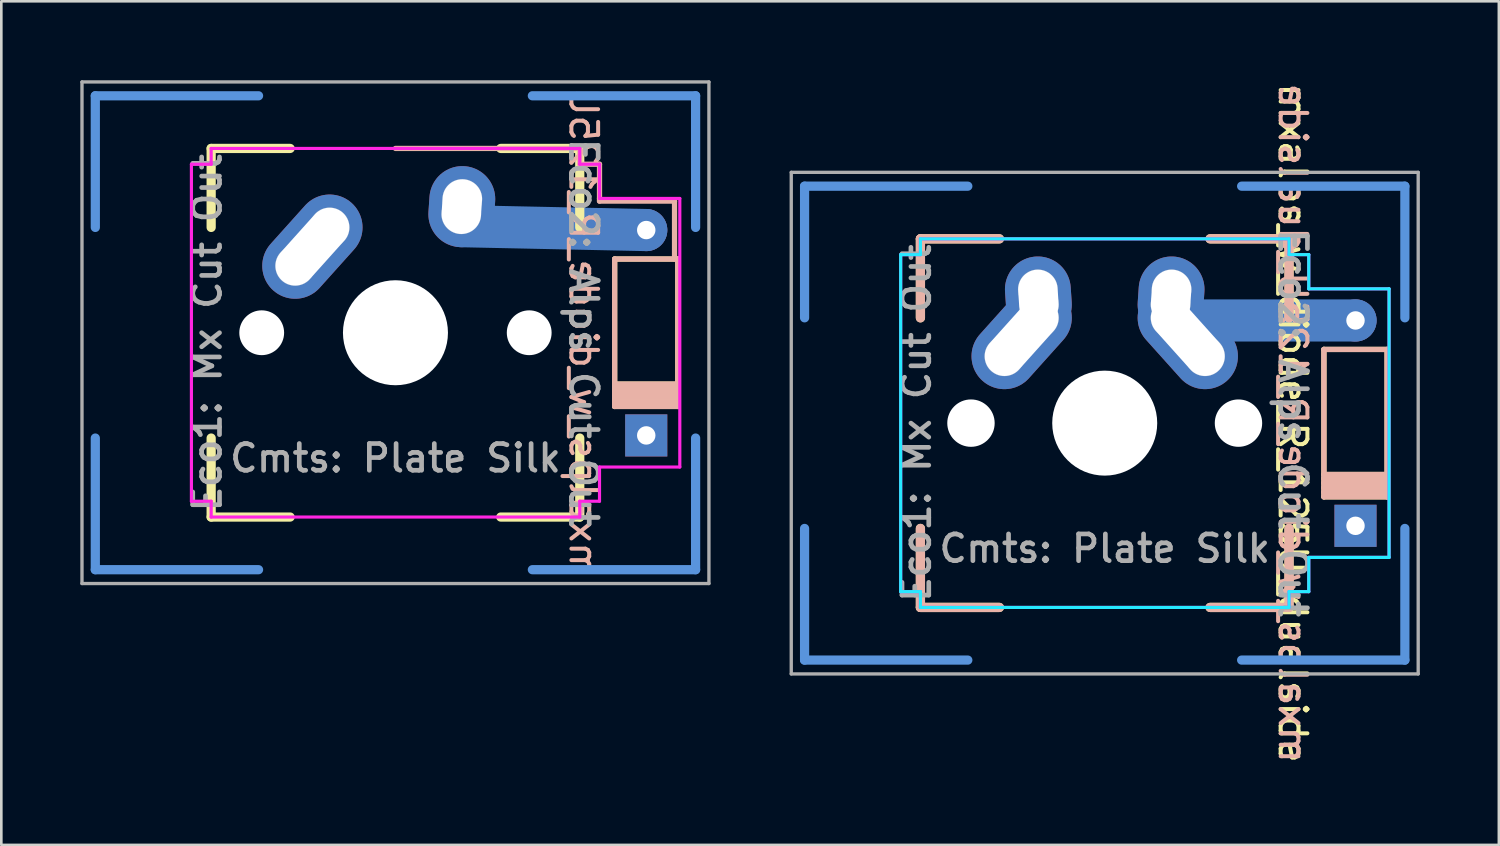
<source format=kicad_pcb>
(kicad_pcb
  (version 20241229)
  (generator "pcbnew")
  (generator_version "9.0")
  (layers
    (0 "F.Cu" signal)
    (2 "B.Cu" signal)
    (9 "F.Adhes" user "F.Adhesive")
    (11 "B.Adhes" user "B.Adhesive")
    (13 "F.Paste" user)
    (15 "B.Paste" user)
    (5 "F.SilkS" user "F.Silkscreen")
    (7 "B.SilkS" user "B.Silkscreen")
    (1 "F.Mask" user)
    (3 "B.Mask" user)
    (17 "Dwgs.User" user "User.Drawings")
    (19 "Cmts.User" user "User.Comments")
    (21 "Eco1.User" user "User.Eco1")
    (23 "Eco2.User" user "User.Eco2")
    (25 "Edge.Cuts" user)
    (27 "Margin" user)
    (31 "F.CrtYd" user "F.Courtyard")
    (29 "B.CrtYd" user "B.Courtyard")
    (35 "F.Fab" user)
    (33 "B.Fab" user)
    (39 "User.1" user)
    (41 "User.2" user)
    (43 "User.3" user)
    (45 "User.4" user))
  (footprint "mxalps_w_diode_R_125U_dualside"
    (layer "F.Cu")
    (at 38.909 13.021)
    (property "Reference" "mxalps_w_diode_R_125U_dualside" (at 7.144 0 270) (unlocked yes) (layer "F.SilkS") (effects (font (size 1.016 1.016) (thickness 0.152))))
    (attr through_hole)
    (fp_line (start -7 -7) (end -7 -4) (stroke (width 0.35) (type solid)) (layer "F.SilkS"))
    (fp_line (start -7 -7) (end -4 -7) (stroke (width 0.35) (type solid)) (layer "F.SilkS"))
    (fp_line (start -7 7) (end -7 4) (stroke (width 0.35) (type solid)) (layer "F.SilkS"))
    (fp_line (start -7 7) (end -4 7) (stroke (width 0.35) (type solid)) (layer "F.SilkS"))
    (fp_line (start 7 -7) (end 4 -7) (stroke (width 0.35) (type solid)) (layer "F.SilkS"))
    (fp_line (start 7 -7) (end 7 -4) (stroke (width 0.35) (type solid)) (layer "F.SilkS"))
    (fp_line (start 7 7) (end 4 7) (stroke (width 0.35) (type solid)) (layer "F.SilkS"))
    (fp_line (start 7 7) (end 7 4) (stroke (width 0.35) (type solid)) (layer "F.SilkS"))
    (fp_line (start 8.325 -2.8) (end 10.725 -2.8) (stroke (width 0.2) (type solid)) (layer "F.SilkS"))
    (fp_line (start 8.325 1.95) (end 10.725 1.95) (stroke (width 0.2) (type solid)) (layer "F.SilkS"))
    (fp_line (start 8.325 2.1) (end 10.725 2.1) (stroke (width 0.2) (type solid)) (layer "F.SilkS"))
    (fp_line (start 8.325 2.275) (end 10.725 2.275) (stroke (width 0.2) (type solid)) (layer "F.SilkS"))
    (fp_line (start 8.325 2.45) (end 10.725 2.45) (stroke (width 0.2) (type solid)) (layer "F.SilkS"))
    (fp_line (start 8.325 2.625) (end 10.725 2.625) (stroke (width 0.2) (type solid)) (layer "F.SilkS"))
    (fp_line (start 8.325 2.8) (end 8.325 -2.8) (stroke (width 0.2) (type solid)) (layer "F.SilkS"))
    (fp_line (start 8.325 2.8) (end 10.725 2.8) (stroke (width 0.2) (type solid)) (layer "F.SilkS"))
    (fp_line (start 10.725 -2.8) (end 10.725 2.8) (stroke (width 0.2) (type solid)) (layer "F.SilkS"))
    (fp_line (start -7 -7) (end -7 -4) (stroke (width 0.35) (type solid)) (layer "B.SilkS"))
    (fp_line (start -7 -7) (end -4 -7) (stroke (width 0.35) (type solid)) (layer "B.SilkS"))
    (fp_line (start -7 7) (end -7 4) (stroke (width 0.35) (type solid)) (layer "B.SilkS"))
    (fp_line (start -7 7) (end -4 7) (stroke (width 0.35) (type solid)) (layer "B.SilkS"))
    (fp_line (start 7 -7) (end 4 -7) (stroke (width 0.35) (type solid)) (layer "B.SilkS"))
    (fp_line (start 7 -7) (end 7 -4) (stroke (width 0.35) (type solid)) (layer "B.SilkS"))
    (fp_line (start 7 7) (end 4 7) (stroke (width 0.35) (type solid)) (layer "B.SilkS"))
    (fp_line (start 7 7) (end 7 4) (stroke (width 0.35) (type solid)) (layer "B.SilkS"))
    (fp_line (start 8.325 -2.8) (end 8.325 2.8) (stroke (width 0.2) (type solid)) (layer "B.SilkS"))
    (fp_line (start 10.725 -2.8) (end 8.325 -2.8) (stroke (width 0.2) (type solid)) (layer "B.SilkS"))
    (fp_line (start 10.725 1.95) (end 8.325 1.95) (stroke (width 0.2) (type solid)) (layer "B.SilkS"))
    (fp_line (start 10.725 2.1) (end 8.325 2.1) (stroke (width 0.2) (type solid)) (layer "B.SilkS"))
    (fp_line (start 10.725 2.275) (end 8.325 2.275) (stroke (width 0.2) (type solid)) (layer "B.SilkS"))
    (fp_line (start 10.725 2.45) (end 8.325 2.45) (stroke (width 0.2) (type solid)) (layer "B.SilkS"))
    (fp_line (start 10.725 2.625) (end 8.325 2.625) (stroke (width 0.2) (type solid)) (layer "B.SilkS"))
    (fp_line (start 10.725 2.8) (end 8.325 2.8) (stroke (width 0.2) (type solid)) (layer "B.SilkS"))
    (fp_line (start 10.725 2.8) (end 10.725 -2.8) (stroke (width 0.2) (type solid)) (layer "B.SilkS"))
    (fp_circle (center -3.81 -2.54) (end -3.06 -2.54) (stroke (width 0.01) (type solid)) (fill no) (layer "Dwgs.User"))
    (fp_circle (center -2.54 -5.08) (end -3.29 -5.08) (stroke (width 0.01) (type solid)) (fill no) (layer "Dwgs.User"))
    (fp_circle (center -2.5 -4.5) (end -3.25 -4.5) (stroke (width 0.01) (type solid)) (fill no) (layer "Dwgs.User"))
    (fp_circle (center -2.5 -4) (end -1.75 -4) (stroke (width 0.01) (type solid)) (fill no) (layer "Dwgs.User"))
    (fp_circle (center 2.5 -4.5) (end 3.25 -4.5) (stroke (width 0.01) (type solid)) (fill no) (layer "Dwgs.User"))
    (fp_circle (center 2.5 -4) (end 1.75 -4) (stroke (width 0.01) (type solid)) (fill no) (layer "Dwgs.User"))
    (fp_circle (center 2.54 -5.08) (end 3.29 -5.08) (stroke (width 0.01) (type solid)) (fill no) (layer "Dwgs.User"))
    (fp_circle (center 3.81 -2.54) (end 3.06 -2.54) (stroke (width 0.01) (type solid)) (fill no) (layer "Dwgs.User"))
    (fp_line (start -11.4 -9) (end -11.4 -4) (stroke (width 0.35) (type solid)) (layer "Cmts.User"))
    (fp_line (start -11.4 -9) (end -5.2 -9) (stroke (width 0.35) (type solid)) (layer "Cmts.User"))
    (fp_line (start -11.4 9) (end -11.4 4) (stroke (width 0.35) (type solid)) (layer "Cmts.User"))
    (fp_line (start -11.4 9) (end -5.2 9) (stroke (width 0.35) (type solid)) (layer "Cmts.User"))
    (fp_line (start 11.4 -9) (end 5.2 -9) (stroke (width 0.35) (type solid)) (layer "Cmts.User"))
    (fp_line (start 11.4 -4) (end 11.4 -9) (stroke (width 0.35) (type solid)) (layer "Cmts.User"))
    (fp_line (start 11.4 9) (end 5.2 9) (stroke (width 0.35) (type solid)) (layer "Cmts.User"))
    (fp_line (start 11.4 9) (end 11.4 4) (stroke (width 0.35) (type solid)) (layer "Cmts.User"))
    (fp_line (start -7 -7) (end -7 7) (stroke (width 0.1) (type solid)) (layer "Eco1.User"))
    (fp_line (start -7 7) (end 7 7) (stroke (width 0.1) (type solid)) (layer "Eco1.User"))
    (fp_line (start 7 -7) (end -7 -7) (stroke (width 0.1) (type solid)) (layer "Eco1.User"))
    (fp_line (start 7 7) (end 7 -7) (stroke (width 0.1) (type solid)) (layer "Eco1.User"))
    (fp_line (start -7.8 -6.4) (end -7.8 6.4) (stroke (width 0.1) (type solid)) (layer "Eco2.User"))
    (fp_line (start -7.8 6.4) (end 7.8 6.4) (stroke (width 0.1) (type solid)) (layer "Eco2.User"))
    (fp_line (start 7.8 -6.4) (end -7.8 -6.4) (stroke (width 0.1) (type solid)) (layer "Eco2.User"))
    (fp_line (start 7.8 6.4) (end 7.8 -6.4) (stroke (width 0.1) (type solid)) (layer "Eco2.User"))
    (fp_line (start -7.75 -6.4) (end -7 -6.4) (stroke (width 0.12) (type solid)) (layer "B.CrtYd"))
    (fp_line (start -7.75 6.4) (end -7.75 -6.4) (stroke (width 0.12) (type solid)) (layer "B.CrtYd"))
    (fp_line (start -7 -7) (end 7 -7) (stroke (width 0.12) (type solid)) (layer "B.CrtYd"))
    (fp_line (start -7 -6.4) (end -7 -7) (stroke (width 0.12) (type solid)) (layer "B.CrtYd"))
    (fp_line (start -7 6.4) (end -7.75 6.4) (stroke (width 0.12) (type solid)) (layer "B.CrtYd"))
    (fp_line (start -7 7) (end -7 6.4) (stroke (width 0.12) (type solid)) (layer "B.CrtYd"))
    (fp_line (start 7 -7) (end 7 -6.4) (stroke (width 0.12) (type solid)) (layer "B.CrtYd"))
    (fp_line (start 7 -6.4) (end 7.75 -6.4) (stroke (width 0.12) (type solid)) (layer "B.CrtYd"))
    (fp_line (start 7 6.4) (end 7 7) (stroke (width 0.12) (type solid)) (layer "B.CrtYd"))
    (fp_line (start 7 7) (end -7 7) (stroke (width 0.12) (type solid)) (layer "B.CrtYd"))
    (fp_line (start 7.75 -6.4) (end 7.75 -5.1) (stroke (width 0.12) (type solid)) (layer "B.CrtYd"))
    (fp_line (start 7.75 -5.1) (end 10.8 -5.1) (stroke (width 0.12) (type solid)) (layer "B.CrtYd"))
    (fp_line (start 7.75 5.1) (end 10.8 5.1) (stroke (width 0.12) (type solid)) (layer "B.CrtYd"))
    (fp_line (start 7.75 6.4) (end 7 6.4) (stroke (width 0.12) (type solid)) (layer "B.CrtYd"))
    (fp_line (start 7.75 6.4) (end 7.75 5.1) (stroke (width 0.12) (type solid)) (layer "B.CrtYd"))
    (fp_line (start 10.8 5.1) (end 10.8 -5.1) (stroke (width 0.12) (type solid)) (layer "B.CrtYd"))
    (fp_line (start -7.75 -6.4) (end -7.75 6.4) (stroke (width 0.12) (type solid)) (layer "F.CrtYd"))
    (fp_line (start -7.75 6.4) (end -7 6.4) (stroke (width 0.12) (type solid)) (layer "F.CrtYd"))
    (fp_line (start -7 -7) (end -7 -6.4) (stroke (width 0.12) (type solid)) (layer "F.CrtYd"))
    (fp_line (start -7 -6.4) (end -7.75 -6.4) (stroke (width 0.12) (type solid)) (layer "F.CrtYd"))
    (fp_line (start -7 6.4) (end -7 7) (stroke (width 0.12) (type solid)) (layer "F.CrtYd"))
    (fp_line (start -7 7) (end 7 7) (stroke (width 0.12) (type solid)) (layer "F.CrtYd"))
    (fp_line (start 7 -7) (end -7 -7) (stroke (width 0.12) (type solid)) (layer "F.CrtYd"))
    (fp_line (start 7 -6.4) (end 7 -7) (stroke (width 0.12) (type solid)) (layer "F.CrtYd"))
    (fp_line (start 7 6.4) (end 7.75 6.4) (stroke (width 0.12) (type solid)) (layer "F.CrtYd"))
    (fp_line (start 7 7) (end 7 6.4) (stroke (width 0.12) (type solid)) (layer "F.CrtYd"))
    (fp_line (start 7.75 -6.4) (end 7 -6.4) (stroke (width 0.12) (type solid)) (layer "F.CrtYd"))
    (fp_line (start 7.75 -6.4) (end 7.75 -5.1) (stroke (width 0.12) (type solid)) (layer "F.CrtYd"))
    (fp_line (start 7.75 -5.1) (end 10.8 -5.1) (stroke (width 0.12) (type solid)) (layer "F.CrtYd"))
    (fp_line (start 7.75 5.1) (end 10.8 5.1) (stroke (width 0.12) (type solid)) (layer "F.CrtYd"))
    (fp_line (start 7.75 6.4) (end 7.75 5.1) (stroke (width 0.12) (type solid)) (layer "F.CrtYd"))
    (fp_line (start 10.8 -5.1) (end 10.8 5.1) (stroke (width 0.12) (type solid)) (layer "F.CrtYd"))
    (fp_line (start -11.906 -9.525) (end -11.906 9.525) (stroke (width 0.127) (type solid)) (layer "F.Fab"))
    (fp_line (start -11.906 9.525) (end 11.906 9.525) (stroke (width 0.127) (type solid)) (layer "F.Fab"))
    (fp_line (start 11.906 -9.525) (end -11.906 -9.525) (stroke (width 0.127) (type solid)) (layer "F.Fab"))
    (fp_line (start 11.906 -9.525) (end 11.906 9.525) (stroke (width 0.127) (type solid)) (layer "F.Fab"))
    (fp_text user "${REFERENCE}" (at 7.144 0 270) (unlocked yes) (layer "B.SilkS") (effects (font (size 1.016 1.016) (thickness 0.152)) (justify mirror)))
    (fp_text user "Eco1: Mx Cut Out" (at -7.144 0 90) (unlocked yes) (layer "F.Fab") (effects (font (size 1.016 1.016) (thickness 0.178))))
    (fp_text user "Cmts: Plate Silk" (at 0 4.763 0) (unlocked yes) (layer "F.Fab") (effects (font (size 1.016 1.016) (thickness 0.178))))
    (fp_text user "Eco2: Alps Cut Out" (at 7.144 0 270) (unlocked yes) (layer "F.Fab") (effects (font (size 1.016 1.016) (thickness 0.178))))
    (pad "" np_thru_hole circle (at -5.08 0) (size 1.8 1.8) (drill 1.8) (layers "*.Cu" "*.Mask"))
    (pad "" np_thru_hole circle (at 0 0) (size 3.988 3.988) (drill 3.988) (layers "*.Cu" "*.Mask"))
    (pad "" thru_hole oval (at 2.52 -4.79 356.1) (size 2.5 3.08) (drill oval 1.5 2.08) (layers "*.Cu" "*.Mask"))
    (pad "" thru_hole oval (at 3.155 -3.27 41.9) (size 2.5 4.46) (drill oval 1.5 3.46) (layers "*.Cu" "*.Mask"))
    (pad "" np_thru_hole circle (at 5.08 0) (size 1.8 1.8) (drill 1.8) (layers "*.Cu" "*.Mask"))
    (pad "" thru_hole circle (at 9.525 -3.9 90) (size 1.6 1.6) (drill 0.7) (layers "*.Cu" "*.Mask"))
    (pad "" connect oval (at 9.525 -3.9) (size 8.6 1.6) (drill (offset -3.5 0)) (layers "B.Cu"))
    (pad "1" thru_hole oval (at -3.155 -3.27 318.1) (size 2.5 4.46) (drill oval 1.5 3.46) (layers "*.Cu" "*.Mask"))
    (pad "1" thru_hole oval (at -2.52 -4.79 3.9) (size 2.5 3.08) (drill oval 1.5 2.08) (layers "*.Cu" "*.Mask"))
    (pad "2" thru_hole rect (at 9.525 3.9 90) (size 1.6 1.6) (drill 0.7) (layers "*.Cu" "*.Mask")))
  (footprint "mxalps_w_diode_R_125U"
    (layer "F.Cu")
    (at 11.97 9.588)
    (property "Reference" "mxalps_w_diode_R_125U" (at 7.144 0 270) (unlocked yes) (layer "B.SilkS") (effects (font (size 1.016 1.016) (thickness 0.152)) (justify mirror)))
    (attr through_hole)
    (fp_line (start -7 -7) (end -7 -4) (stroke (width 0.35) (type solid)) (layer "F.SilkS"))
    (fp_line (start -7 -7) (end -4 -7) (stroke (width 0.35) (type solid)) (layer "F.SilkS"))
    (fp_line (start -7 7) (end -7 4) (stroke (width 0.35) (type solid)) (layer "F.SilkS"))
    (fp_line (start -7 7) (end -4 7) (stroke (width 0.35) (type solid)) (layer "F.SilkS"))
    (fp_line (start 7 -7) (end 4 -7) (stroke (width 0.35) (type solid)) (layer "F.SilkS"))
    (fp_line (start 7 -7) (end 7 -4) (stroke (width 0.35) (type solid)) (layer "F.SilkS"))
    (fp_line (start 7 7) (end 4 7) (stroke (width 0.35) (type solid)) (layer "F.SilkS"))
    (fp_line (start 7 7) (end 7 4) (stroke (width 0.35) (type solid)) (layer "F.SilkS"))
    (fp_line (start 8.325 -2.8) (end 10.725 -2.8) (stroke (width 0.2) (type solid)) (layer "F.SilkS"))
    (fp_line (start 8.325 1.95) (end 10.725 1.95) (stroke (width 0.2) (type solid)) (layer "F.SilkS"))
    (fp_line (start 8.325 2.1) (end 10.725 2.1) (stroke (width 0.2) (type solid)) (layer "F.SilkS"))
    (fp_line (start 8.325 2.275) (end 10.725 2.275) (stroke (width 0.2) (type solid)) (layer "F.SilkS"))
    (fp_line (start 8.325 2.45) (end 10.725 2.45) (stroke (width 0.2) (type solid)) (layer "F.SilkS"))
    (fp_line (start 8.325 2.625) (end 10.725 2.625) (stroke (width 0.2) (type solid)) (layer "F.SilkS"))
    (fp_line (start 8.325 2.8) (end 8.325 -2.8) (stroke (width 0.2) (type solid)) (layer "F.SilkS"))
    (fp_line (start 8.325 2.8) (end 10.725 2.8) (stroke (width 0.2) (type solid)) (layer "F.SilkS"))
    (fp_line (start 10.725 -2.8) (end 10.725 2.8) (stroke (width 0.2) (type solid)) (layer "F.SilkS"))
    (fp_line (start 0 -7) (end 7 -7) (stroke (width 0.2) (type solid)) (layer "B.SilkS"))
    (fp_line (start 7 -7) (end 7 -6.4) (stroke (width 0.2) (type solid)) (layer "B.SilkS"))
    (fp_line (start 7 -6.4) (end 7.75 -6.4) (stroke (width 0.2) (type solid)) (layer "B.SilkS"))
    (fp_line (start 7.75 -6.4) (end 7.75 -5.1) (stroke (width 0.2) (type solid)) (layer "B.SilkS"))
    (fp_line (start 7.75 -5.1) (end 7.75 -5) (stroke (width 0.2) (type solid)) (layer "B.SilkS"))
    (fp_line (start 7.75 -5) (end 10.6 -5) (stroke (width 0.2) (type solid)) (layer "B.SilkS"))
    (fp_line (start 8.325 -2.8) (end 8.325 2.8) (stroke (width 0.2) (type solid)) (layer "B.SilkS"))
    (fp_line (start 10.6 -5) (end 10.6 -2.8) (stroke (width 0.2) (type solid)) (layer "B.SilkS"))
    (fp_line (start 10.725 -2.8) (end 8.325 -2.8) (stroke (width 0.2) (type solid)) (layer "B.SilkS"))
    (fp_line (start 10.725 1.95) (end 8.325 1.95) (stroke (width 0.2) (type solid)) (layer "B.SilkS"))
    (fp_line (start 10.725 2.1) (end 8.325 2.1) (stroke (width 0.2) (type solid)) (layer "B.SilkS"))
    (fp_line (start 10.725 2.275) (end 8.325 2.275) (stroke (width 0.2) (type solid)) (layer "B.SilkS"))
    (fp_line (start 10.725 2.45) (end 8.325 2.45) (stroke (width 0.2) (type solid)) (layer "B.SilkS"))
    (fp_line (start 10.725 2.625) (end 8.325 2.625) (stroke (width 0.2) (type solid)) (layer "B.SilkS"))
    (fp_line (start 10.725 2.8) (end 8.325 2.8) (stroke (width 0.2) (type solid)) (layer "B.SilkS"))
    (fp_line (start 10.725 2.8) (end 10.725 -2.8) (stroke (width 0.2) (type solid)) (layer "B.SilkS"))
    (fp_circle (center -3.81 -2.54) (end -3.06 -2.54) (stroke (width 0.01) (type solid)) (fill no) (layer "Dwgs.User"))
    (fp_circle (center -2.5 -4) (end -1.75 -4) (stroke (width 0.01) (type solid)) (fill no) (layer "Dwgs.User"))
    (fp_circle (center 2.5 -4.5) (end 3.25 -4.5) (stroke (width 0.01) (type solid)) (fill no) (layer "Dwgs.User"))
    (fp_circle (center 2.54 -5.08) (end 3.29 -5.08) (stroke (width 0.01) (type solid)) (fill no) (layer "Dwgs.User"))
    (fp_line (start -11.4 -9) (end -11.4 -4) (stroke (width 0.35) (type solid)) (layer "Cmts.User"))
    (fp_line (start -11.4 -9) (end -5.2 -9) (stroke (width 0.35) (type solid)) (layer "Cmts.User"))
    (fp_line (start -11.4 9) (end -11.4 4) (stroke (width 0.35) (type solid)) (layer "Cmts.User"))
    (fp_line (start -11.4 9) (end -5.2 9) (stroke (width 0.35) (type solid)) (layer "Cmts.User"))
    (fp_line (start 11.4 -9) (end 5.2 -9) (stroke (width 0.35) (type solid)) (layer "Cmts.User"))
    (fp_line (start 11.4 -4) (end 11.4 -9) (stroke (width 0.35) (type solid)) (layer "Cmts.User"))
    (fp_line (start 11.4 9) (end 5.2 9) (stroke (width 0.35) (type solid)) (layer "Cmts.User"))
    (fp_line (start 11.4 9) (end 11.4 4) (stroke (width 0.35) (type solid)) (layer "Cmts.User"))
    (fp_line (start -7 -7) (end -7 7) (stroke (width 0.1) (type solid)) (layer "Eco1.User"))
    (fp_line (start -7 7) (end 7 7) (stroke (width 0.1) (type solid)) (layer "Eco1.User"))
    (fp_line (start 7 -7) (end -7 -7) (stroke (width 0.1) (type solid)) (layer "Eco1.User"))
    (fp_line (start 7 7) (end 7 -7) (stroke (width 0.1) (type solid)) (layer "Eco1.User"))
    (fp_line (start -7.8 -6.4) (end -7.8 6.4) (stroke (width 0.1) (type solid)) (layer "Eco2.User"))
    (fp_line (start -7.8 6.4) (end 7.8 6.4) (stroke (width 0.1) (type solid)) (layer "Eco2.User"))
    (fp_line (start 7.8 -6.4) (end -7.8 -6.4) (stroke (width 0.1) (type solid)) (layer "Eco2.User"))
    (fp_line (start 7.8 6.4) (end 7.8 -6.4) (stroke (width 0.1) (type solid)) (layer "Eco2.User"))
    (fp_line (start -7.75 -6.4) (end -7.75 6.4) (stroke (width 0.12) (type solid)) (layer "F.CrtYd"))
    (fp_line (start -7.75 6.4) (end -7 6.4) (stroke (width 0.12) (type solid)) (layer "F.CrtYd"))
    (fp_line (start -7 -7) (end -7 -6.4) (stroke (width 0.12) (type solid)) (layer "F.CrtYd"))
    (fp_line (start -7 -6.4) (end -7.75 -6.4) (stroke (width 0.12) (type solid)) (layer "F.CrtYd"))
    (fp_line (start -7 6.4) (end -7 7) (stroke (width 0.12) (type solid)) (layer "F.CrtYd"))
    (fp_line (start -7 7) (end 7 7) (stroke (width 0.12) (type solid)) (layer "F.CrtYd"))
    (fp_line (start 7 -7) (end -7 -7) (stroke (width 0.12) (type solid)) (layer "F.CrtYd"))
    (fp_line (start 7 -6.4) (end 7 -7) (stroke (width 0.12) (type solid)) (layer "F.CrtYd"))
    (fp_line (start 7 6.4) (end 7.75 6.4) (stroke (width 0.12) (type solid)) (layer "F.CrtYd"))
    (fp_line (start 7 7) (end 7 6.4) (stroke (width 0.12) (type solid)) (layer "F.CrtYd"))
    (fp_line (start 7.75 -6.4) (end 7 -6.4) (stroke (width 0.12) (type solid)) (layer "F.CrtYd"))
    (fp_line (start 7.75 -6.4) (end 7.75 -5.1) (stroke (width 0.12) (type solid)) (layer "F.CrtYd"))
    (fp_line (start 7.75 -5.1) (end 10.8 -5.1) (stroke (width 0.12) (type solid)) (layer "F.CrtYd"))
    (fp_line (start 7.75 5.1) (end 10.8 5.1) (stroke (width 0.12) (type solid)) (layer "F.CrtYd"))
    (fp_line (start 7.75 6.4) (end 7.75 5.1) (stroke (width 0.12) (type solid)) (layer "F.CrtYd"))
    (fp_line (start 10.8 -5.1) (end 10.8 5.1) (stroke (width 0.12) (type solid)) (layer "F.CrtYd"))
    (fp_line (start -11.906 -9.525) (end -11.906 9.525) (stroke (width 0.127) (type solid)) (layer "F.Fab"))
    (fp_line (start -11.906 9.525) (end 11.906 9.525) (stroke (width 0.127) (type solid)) (layer "F.Fab"))
    (fp_line (start 11.906 -9.525) (end -11.906 -9.525) (stroke (width 0.127) (type solid)) (layer "F.Fab"))
    (fp_line (start 11.906 -9.525) (end 11.906 9.525) (stroke (width 0.127) (type solid)) (layer "F.Fab"))
    (fp_text user "Eco1: Mx Cut Out" (at -7.144 0 90) (unlocked yes) (layer "F.Fab") (effects (font (size 1.016 1.016) (thickness 0.178))))
    (fp_text user "Cmts: Plate Silk" (at 0 4.763 0) (unlocked yes) (layer "F.Fab") (effects (font (size 1.016 1.016) (thickness 0.178))))
    (fp_text user "Eco2: Alps Cut Out" (at 7.144 0 270) (unlocked yes) (layer "F.Fab") (effects (font (size 1.016 1.016) (thickness 0.178))))
    (pad "" np_thru_hole circle (at -5.08 0) (size 1.702 1.702) (drill 1.702) (layers "*.Cu" "*.Mask"))
    (pad "" np_thru_hole circle (at 0 0) (size 3.988 3.988) (drill 3.988) (layers "*.Cu" "*.Mask"))
    (pad "" thru_hole oval (at 2.52 -4.79 356.1) (size 2.5 3.08) (drill oval 1.5 2.08) (layers "*.Cu" "*.Mask"))
    (pad "" np_thru_hole circle (at 5.08 0) (size 1.702 1.702) (drill 1.702) (layers "*.Cu" "*.Mask"))
    (pad "" thru_hole circle (at 9.525 -3.9 90) (size 1.6 1.6) (drill 0.7) (layers "*.Cu" "*.Mask"))
    (pad "" connect oval (at 9.525 -3.9 358.8) (size 8.6 1.6) (drill (offset -3.5 0)) (layers "B.Cu"))
    (pad "1" thru_hole oval (at -3.155 -3.27 318.1) (size 2.5 4.46) (drill oval 1.5 3.46) (layers "*.Cu" "*.Mask"))
    (pad "2" thru_hole rect (at 9.525 3.9 90) (size 1.6 1.6) (drill 0.7) (layers "*.Cu" "*.Mask")))
  (gr_rect
    (start -3 -3)
    (end 53.879 29.041)
    (stroke (width 0.1) (type default))
    (fill no)
    (layer "Edge.Cuts")))
</source>
